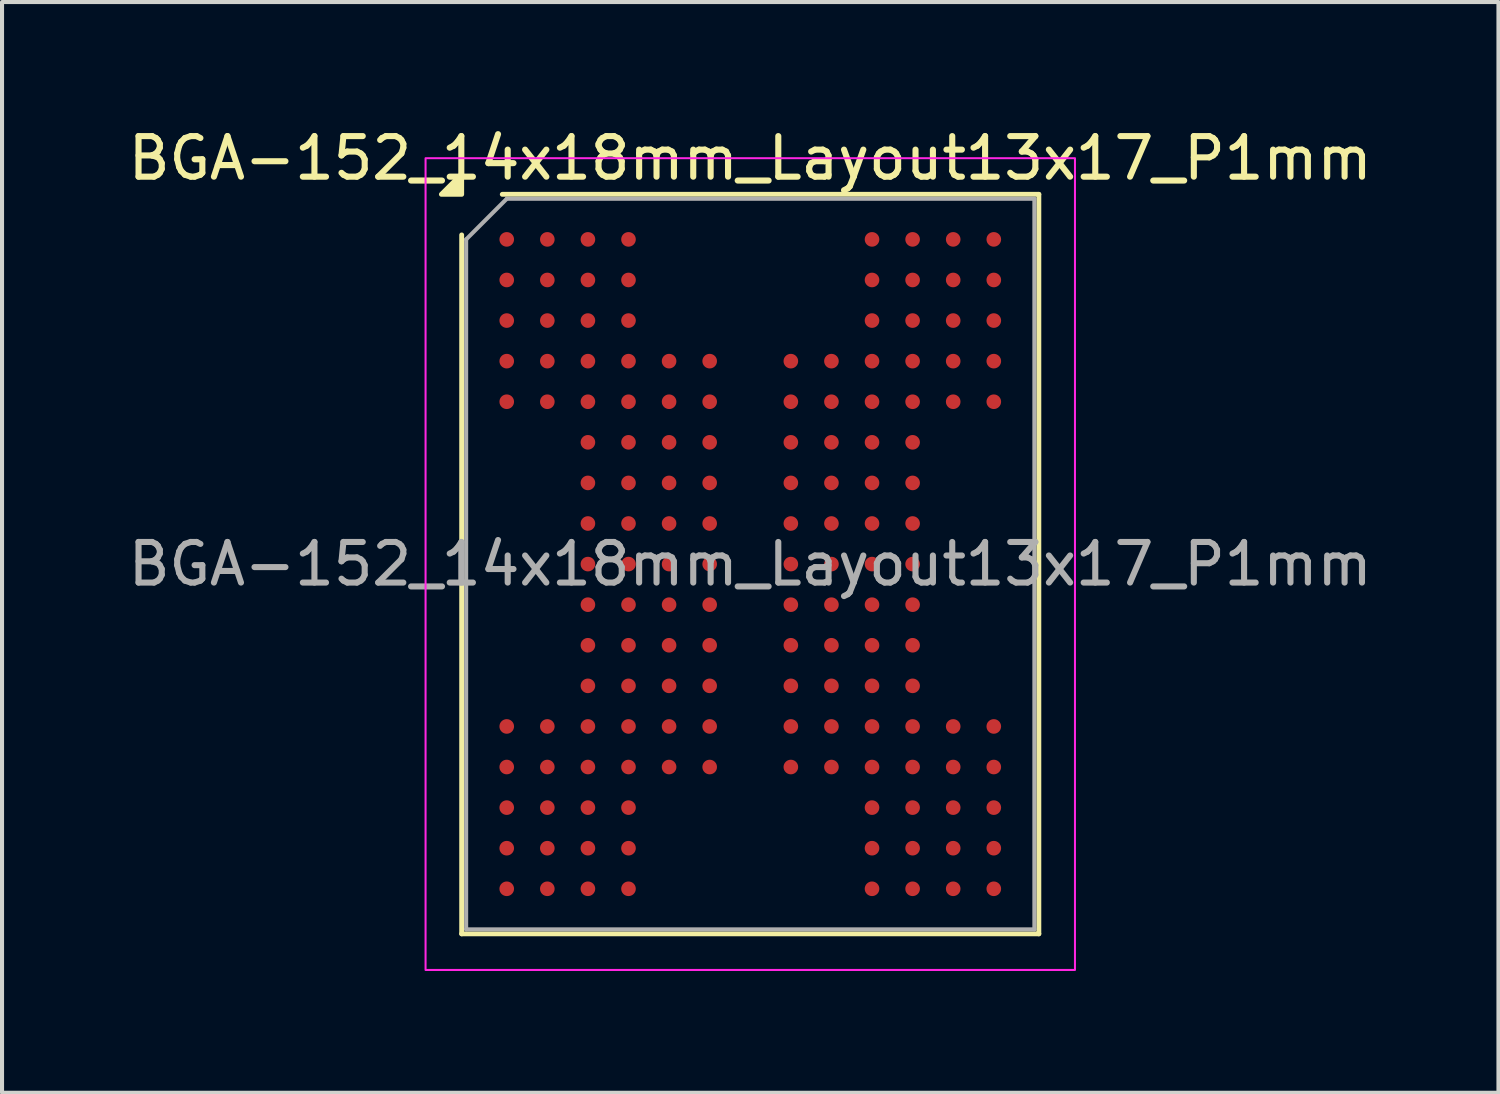
<source format=kicad_pcb>
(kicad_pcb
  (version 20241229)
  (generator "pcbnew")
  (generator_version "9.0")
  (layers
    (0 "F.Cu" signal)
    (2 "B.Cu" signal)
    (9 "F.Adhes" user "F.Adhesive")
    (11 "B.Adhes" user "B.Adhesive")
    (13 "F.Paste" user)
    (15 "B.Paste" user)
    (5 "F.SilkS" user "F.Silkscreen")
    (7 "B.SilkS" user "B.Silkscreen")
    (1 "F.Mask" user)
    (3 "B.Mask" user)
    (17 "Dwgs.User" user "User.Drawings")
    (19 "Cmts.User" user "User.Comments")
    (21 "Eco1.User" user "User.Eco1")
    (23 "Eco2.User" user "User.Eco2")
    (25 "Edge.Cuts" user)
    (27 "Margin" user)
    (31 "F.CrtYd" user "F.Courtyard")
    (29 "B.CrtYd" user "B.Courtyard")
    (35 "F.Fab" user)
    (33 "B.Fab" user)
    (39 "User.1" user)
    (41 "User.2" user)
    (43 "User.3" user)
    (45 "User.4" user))
  (footprint "BGA-152_14x18mm_Layout13x17_P1mm"
    (layer "F.Cu")
    (at 15.435 10.848)
    (property "Reference" "BGA-152_14x18mm_Layout13x17_P1mm" (at 0 -10 0) (layer "F.SilkS") (effects (font (size 1 1) (thickness 0.15))))
    (attr smd)
    (fp_line (start -7.11 9.11) (end -7.11 -8.11) (stroke (width 0.12) (type solid)) (layer "F.SilkS"))
    (fp_line (start -6.11 -9.11) (end 7.11 -9.11) (stroke (width 0.12) (type solid)) (layer "F.SilkS"))
    (fp_line (start 7.11 -9.11) (end 7.11 9.11) (stroke (width 0.12) (type solid)) (layer "F.SilkS"))
    (fp_line (start 7.11 9.11) (end -7.11 9.11) (stroke (width 0.12) (type solid)) (layer "F.SilkS"))
    (fp_poly (pts (xy -7.11 -9.11) (xy -7.61 -9.11) (xy -7.11 -9.61)) (stroke (width 0.12) (type solid)) (fill yes) (layer "F.SilkS"))
    (fp_rect (start -8 -10) (end 8 10) (stroke (width 0.05) (type solid)) (fill no) (layer "F.CrtYd"))
    (fp_line (start -7 -8) (end -6 -9) (stroke (width 0.1) (type solid)) (layer "F.Fab"))
    (fp_line (start -7 9) (end -7 -8) (stroke (width 0.1) (type solid)) (layer "F.Fab"))
    (fp_line (start -6 -9) (end 7 -9) (stroke (width 0.1) (type solid)) (layer "F.Fab"))
    (fp_line (start 7 -9) (end 7 9) (stroke (width 0.1) (type solid)) (layer "F.Fab"))
    (fp_line (start 7 9) (end -7 9) (stroke (width 0.1) (type solid)) (layer "F.Fab"))
    (fp_text user "${REFERENCE}" (at 0 0 0) (layer "F.Fab") (effects (font (size 1 1) (thickness 0.15))))
    (pad "A1" smd circle (at -6 -8) (size 0.36 0.36) (property pad_prop_bga) (layers "F.Cu" "F.Mask" "F.Paste"))
    (pad "A2" smd circle (at -5 -8) (size 0.36 0.36) (property pad_prop_bga) (layers "F.Cu" "F.Mask" "F.Paste"))
    (pad "A3" smd circle (at -4 -8) (size 0.36 0.36) (property pad_prop_bga) (layers "F.Cu" "F.Mask" "F.Paste"))
    (pad "A4" smd circle (at -3 -8) (size 0.36 0.36) (property pad_prop_bga) (layers "F.Cu" "F.Mask" "F.Paste"))
    (pad "A10" smd circle (at 3 -8) (size 0.36 0.36) (property pad_prop_bga) (layers "F.Cu" "F.Mask" "F.Paste"))
    (pad "A11" smd circle (at 4 -8) (size 0.36 0.36) (property pad_prop_bga) (layers "F.Cu" "F.Mask" "F.Paste"))
    (pad "A12" smd circle (at 5 -8) (size 0.36 0.36) (property pad_prop_bga) (layers "F.Cu" "F.Mask" "F.Paste"))
    (pad "A13" smd circle (at 6 -8) (size 0.36 0.36) (property pad_prop_bga) (layers "F.Cu" "F.Mask" "F.Paste"))
    (pad "B1" smd circle (at -6 -7) (size 0.36 0.36) (property pad_prop_bga) (layers "F.Cu" "F.Mask" "F.Paste"))
    (pad "B2" smd circle (at -5 -7) (size 0.36 0.36) (property pad_prop_bga) (layers "F.Cu" "F.Mask" "F.Paste"))
    (pad "B3" smd circle (at -4 -7) (size 0.36 0.36) (property pad_prop_bga) (layers "F.Cu" "F.Mask" "F.Paste"))
    (pad "B4" smd circle (at -3 -7) (size 0.36 0.36) (property pad_prop_bga) (layers "F.Cu" "F.Mask" "F.Paste"))
    (pad "B10" smd circle (at 3 -7) (size 0.36 0.36) (property pad_prop_bga) (layers "F.Cu" "F.Mask" "F.Paste"))
    (pad "B11" smd circle (at 4 -7) (size 0.36 0.36) (property pad_prop_bga) (layers "F.Cu" "F.Mask" "F.Paste"))
    (pad "B12" smd circle (at 5 -7) (size 0.36 0.36) (property pad_prop_bga) (layers "F.Cu" "F.Mask" "F.Paste"))
    (pad "B13" smd circle (at 6 -7) (size 0.36 0.36) (property pad_prop_bga) (layers "F.Cu" "F.Mask" "F.Paste"))
    (pad "C1" smd circle (at -6 -6) (size 0.36 0.36) (property pad_prop_bga) (layers "F.Cu" "F.Mask" "F.Paste"))
    (pad "C2" smd circle (at -5 -6) (size 0.36 0.36) (property pad_prop_bga) (layers "F.Cu" "F.Mask" "F.Paste"))
    (pad "C3" smd circle (at -4 -6) (size 0.36 0.36) (property pad_prop_bga) (layers "F.Cu" "F.Mask" "F.Paste"))
    (pad "C4" smd circle (at -3 -6) (size 0.36 0.36) (property pad_prop_bga) (layers "F.Cu" "F.Mask" "F.Paste"))
    (pad "C10" smd circle (at 3 -6) (size 0.36 0.36) (property pad_prop_bga) (layers "F.Cu" "F.Mask" "F.Paste"))
    (pad "C11" smd circle (at 4 -6) (size 0.36 0.36) (property pad_prop_bga) (layers "F.Cu" "F.Mask" "F.Paste"))
    (pad "C12" smd circle (at 5 -6) (size 0.36 0.36) (property pad_prop_bga) (layers "F.Cu" "F.Mask" "F.Paste"))
    (pad "C13" smd circle (at 6 -6) (size 0.36 0.36) (property pad_prop_bga) (layers "F.Cu" "F.Mask" "F.Paste"))
    (pad "D1" smd circle (at -6 -5) (size 0.36 0.36) (property pad_prop_bga) (layers "F.Cu" "F.Mask" "F.Paste"))
    (pad "D2" smd circle (at -5 -5) (size 0.36 0.36) (property pad_prop_bga) (layers "F.Cu" "F.Mask" "F.Paste"))
    (pad "D3" smd circle (at -4 -5) (size 0.36 0.36) (property pad_prop_bga) (layers "F.Cu" "F.Mask" "F.Paste"))
    (pad "D4" smd circle (at -3 -5) (size 0.36 0.36) (property pad_prop_bga) (layers "F.Cu" "F.Mask" "F.Paste"))
    (pad "D5" smd circle (at -2 -5) (size 0.36 0.36) (property pad_prop_bga) (layers "F.Cu" "F.Mask" "F.Paste"))
    (pad "D6" smd circle (at -1 -5) (size 0.36 0.36) (property pad_prop_bga) (layers "F.Cu" "F.Mask" "F.Paste"))
    (pad "D8" smd circle (at 1 -5) (size 0.36 0.36) (property pad_prop_bga) (layers "F.Cu" "F.Mask" "F.Paste"))
    (pad "D9" smd circle (at 2 -5) (size 0.36 0.36) (property pad_prop_bga) (layers "F.Cu" "F.Mask" "F.Paste"))
    (pad "D10" smd circle (at 3 -5) (size 0.36 0.36) (property pad_prop_bga) (layers "F.Cu" "F.Mask" "F.Paste"))
    (pad "D11" smd circle (at 4 -5) (size 0.36 0.36) (property pad_prop_bga) (layers "F.Cu" "F.Mask" "F.Paste"))
    (pad "D12" smd circle (at 5 -5) (size 0.36 0.36) (property pad_prop_bga) (layers "F.Cu" "F.Mask" "F.Paste"))
    (pad "D13" smd circle (at 6 -5) (size 0.36 0.36) (property pad_prop_bga) (layers "F.Cu" "F.Mask" "F.Paste"))
    (pad "E1" smd circle (at -6 -4) (size 0.36 0.36) (property pad_prop_bga) (layers "F.Cu" "F.Mask" "F.Paste"))
    (pad "E2" smd circle (at -5 -4) (size 0.36 0.36) (property pad_prop_bga) (layers "F.Cu" "F.Mask" "F.Paste"))
    (pad "E3" smd circle (at -4 -4) (size 0.36 0.36) (property pad_prop_bga) (layers "F.Cu" "F.Mask" "F.Paste"))
    (pad "E4" smd circle (at -3 -4) (size 0.36 0.36) (property pad_prop_bga) (layers "F.Cu" "F.Mask" "F.Paste"))
    (pad "E5" smd circle (at -2 -4) (size 0.36 0.36) (property pad_prop_bga) (layers "F.Cu" "F.Mask" "F.Paste"))
    (pad "E6" smd circle (at -1 -4) (size 0.36 0.36) (property pad_prop_bga) (layers "F.Cu" "F.Mask" "F.Paste"))
    (pad "E8" smd circle (at 1 -4) (size 0.36 0.36) (property pad_prop_bga) (layers "F.Cu" "F.Mask" "F.Paste"))
    (pad "E9" smd circle (at 2 -4) (size 0.36 0.36) (property pad_prop_bga) (layers "F.Cu" "F.Mask" "F.Paste"))
    (pad "E10" smd circle (at 3 -4) (size 0.36 0.36) (property pad_prop_bga) (layers "F.Cu" "F.Mask" "F.Paste"))
    (pad "E11" smd circle (at 4 -4) (size 0.36 0.36) (property pad_prop_bga) (layers "F.Cu" "F.Mask" "F.Paste"))
    (pad "E12" smd circle (at 5 -4) (size 0.36 0.36) (property pad_prop_bga) (layers "F.Cu" "F.Mask" "F.Paste"))
    (pad "E13" smd circle (at 6 -4) (size 0.36 0.36) (property pad_prop_bga) (layers "F.Cu" "F.Mask" "F.Paste"))
    (pad "F3" smd circle (at -4 -3) (size 0.36 0.36) (property pad_prop_bga) (layers "F.Cu" "F.Mask" "F.Paste"))
    (pad "F4" smd circle (at -3 -3) (size 0.36 0.36) (property pad_prop_bga) (layers "F.Cu" "F.Mask" "F.Paste"))
    (pad "F5" smd circle (at -2 -3) (size 0.36 0.36) (property pad_prop_bga) (layers "F.Cu" "F.Mask" "F.Paste"))
    (pad "F6" smd circle (at -1 -3) (size 0.36 0.36) (property pad_prop_bga) (layers "F.Cu" "F.Mask" "F.Paste"))
    (pad "F8" smd circle (at 1 -3) (size 0.36 0.36) (property pad_prop_bga) (layers "F.Cu" "F.Mask" "F.Paste"))
    (pad "F9" smd circle (at 2 -3) (size 0.36 0.36) (property pad_prop_bga) (layers "F.Cu" "F.Mask" "F.Paste"))
    (pad "F10" smd circle (at 3 -3) (size 0.36 0.36) (property pad_prop_bga) (layers "F.Cu" "F.Mask" "F.Paste"))
    (pad "F11" smd circle (at 4 -3) (size 0.36 0.36) (property pad_prop_bga) (layers "F.Cu" "F.Mask" "F.Paste"))
    (pad "G3" smd circle (at -4 -2) (size 0.36 0.36) (property pad_prop_bga) (layers "F.Cu" "F.Mask" "F.Paste"))
    (pad "G4" smd circle (at -3 -2) (size 0.36 0.36) (property pad_prop_bga) (layers "F.Cu" "F.Mask" "F.Paste"))
    (pad "G5" smd circle (at -2 -2) (size 0.36 0.36) (property pad_prop_bga) (layers "F.Cu" "F.Mask" "F.Paste"))
    (pad "G6" smd circle (at -1 -2) (size 0.36 0.36) (property pad_prop_bga) (layers "F.Cu" "F.Mask" "F.Paste"))
    (pad "G8" smd circle (at 1 -2) (size 0.36 0.36) (property pad_prop_bga) (layers "F.Cu" "F.Mask" "F.Paste"))
    (pad "G9" smd circle (at 2 -2) (size 0.36 0.36) (property pad_prop_bga) (layers "F.Cu" "F.Mask" "F.Paste"))
    (pad "G10" smd circle (at 3 -2) (size 0.36 0.36) (property pad_prop_bga) (layers "F.Cu" "F.Mask" "F.Paste"))
    (pad "G11" smd circle (at 4 -2) (size 0.36 0.36) (property pad_prop_bga) (layers "F.Cu" "F.Mask" "F.Paste"))
    (pad "H3" smd circle (at -4 -1) (size 0.36 0.36) (property pad_prop_bga) (layers "F.Cu" "F.Mask" "F.Paste"))
    (pad "H4" smd circle (at -3 -1) (size 0.36 0.36) (property pad_prop_bga) (layers "F.Cu" "F.Mask" "F.Paste"))
    (pad "H5" smd circle (at -2 -1) (size 0.36 0.36) (property pad_prop_bga) (layers "F.Cu" "F.Mask" "F.Paste"))
    (pad "H6" smd circle (at -1 -1) (size 0.36 0.36) (property pad_prop_bga) (layers "F.Cu" "F.Mask" "F.Paste"))
    (pad "H8" smd circle (at 1 -1) (size 0.36 0.36) (property pad_prop_bga) (layers "F.Cu" "F.Mask" "F.Paste"))
    (pad "H9" smd circle (at 2 -1) (size 0.36 0.36) (property pad_prop_bga) (layers "F.Cu" "F.Mask" "F.Paste"))
    (pad "H10" smd circle (at 3 -1) (size 0.36 0.36) (property pad_prop_bga) (layers "F.Cu" "F.Mask" "F.Paste"))
    (pad "H11" smd circle (at 4 -1) (size 0.36 0.36) (property pad_prop_bga) (layers "F.Cu" "F.Mask" "F.Paste"))
    (pad "J3" smd circle (at -4 0) (size 0.36 0.36) (property pad_prop_bga) (layers "F.Cu" "F.Mask" "F.Paste"))
    (pad "J4" smd circle (at -3 0) (size 0.36 0.36) (property pad_prop_bga) (layers "F.Cu" "F.Mask" "F.Paste"))
    (pad "J5" smd circle (at -2 0) (size 0.36 0.36) (property pad_prop_bga) (layers "F.Cu" "F.Mask" "F.Paste"))
    (pad "J6" smd circle (at -1 0) (size 0.36 0.36) (property pad_prop_bga) (layers "F.Cu" "F.Mask" "F.Paste"))
    (pad "J8" smd circle (at 1 0) (size 0.36 0.36) (property pad_prop_bga) (layers "F.Cu" "F.Mask" "F.Paste"))
    (pad "J9" smd circle (at 2 0) (size 0.36 0.36) (property pad_prop_bga) (layers "F.Cu" "F.Mask" "F.Paste"))
    (pad "J10" smd circle (at 3 0) (size 0.36 0.36) (property pad_prop_bga) (layers "F.Cu" "F.Mask" "F.Paste"))
    (pad "J11" smd circle (at 4 0) (size 0.36 0.36) (property pad_prop_bga) (layers "F.Cu" "F.Mask" "F.Paste"))
    (pad "K3" smd circle (at -4 1) (size 0.36 0.36) (property pad_prop_bga) (layers "F.Cu" "F.Mask" "F.Paste"))
    (pad "K4" smd circle (at -3 1) (size 0.36 0.36) (property pad_prop_bga) (layers "F.Cu" "F.Mask" "F.Paste"))
    (pad "K5" smd circle (at -2 1) (size 0.36 0.36) (property pad_prop_bga) (layers "F.Cu" "F.Mask" "F.Paste"))
    (pad "K6" smd circle (at -1 1) (size 0.36 0.36) (property pad_prop_bga) (layers "F.Cu" "F.Mask" "F.Paste"))
    (pad "K8" smd circle (at 1 1) (size 0.36 0.36) (property pad_prop_bga) (layers "F.Cu" "F.Mask" "F.Paste"))
    (pad "K9" smd circle (at 2 1) (size 0.36 0.36) (property pad_prop_bga) (layers "F.Cu" "F.Mask" "F.Paste"))
    (pad "K10" smd circle (at 3 1) (size 0.36 0.36) (property pad_prop_bga) (layers "F.Cu" "F.Mask" "F.Paste"))
    (pad "K11" smd circle (at 4 1) (size 0.36 0.36) (property pad_prop_bga) (layers "F.Cu" "F.Mask" "F.Paste"))
    (pad "L3" smd circle (at -4 2) (size 0.36 0.36) (property pad_prop_bga) (layers "F.Cu" "F.Mask" "F.Paste"))
    (pad "L4" smd circle (at -3 2) (size 0.36 0.36) (property pad_prop_bga) (layers "F.Cu" "F.Mask" "F.Paste"))
    (pad "L5" smd circle (at -2 2) (size 0.36 0.36) (property pad_prop_bga) (layers "F.Cu" "F.Mask" "F.Paste"))
    (pad "L6" smd circle (at -1 2) (size 0.36 0.36) (property pad_prop_bga) (layers "F.Cu" "F.Mask" "F.Paste"))
    (pad "L8" smd circle (at 1 2) (size 0.36 0.36) (property pad_prop_bga) (layers "F.Cu" "F.Mask" "F.Paste"))
    (pad "L9" smd circle (at 2 2) (size 0.36 0.36) (property pad_prop_bga) (layers "F.Cu" "F.Mask" "F.Paste"))
    (pad "L10" smd circle (at 3 2) (size 0.36 0.36) (property pad_prop_bga) (layers "F.Cu" "F.Mask" "F.Paste"))
    (pad "L11" smd circle (at 4 2) (size 0.36 0.36) (property pad_prop_bga) (layers "F.Cu" "F.Mask" "F.Paste"))
    (pad "M3" smd circle (at -4 3) (size 0.36 0.36) (property pad_prop_bga) (layers "F.Cu" "F.Mask" "F.Paste"))
    (pad "M4" smd circle (at -3 3) (size 0.36 0.36) (property pad_prop_bga) (layers "F.Cu" "F.Mask" "F.Paste"))
    (pad "M5" smd circle (at -2 3) (size 0.36 0.36) (property pad_prop_bga) (layers "F.Cu" "F.Mask" "F.Paste"))
    (pad "M6" smd circle (at -1 3) (size 0.36 0.36) (property pad_prop_bga) (layers "F.Cu" "F.Mask" "F.Paste"))
    (pad "M8" smd circle (at 1 3) (size 0.36 0.36) (property pad_prop_bga) (layers "F.Cu" "F.Mask" "F.Paste"))
    (pad "M9" smd circle (at 2 3) (size 0.36 0.36) (property pad_prop_bga) (layers "F.Cu" "F.Mask" "F.Paste"))
    (pad "M10" smd circle (at 3 3) (size 0.36 0.36) (property pad_prop_bga) (layers "F.Cu" "F.Mask" "F.Paste"))
    (pad "M11" smd circle (at 4 3) (size 0.36 0.36) (property pad_prop_bga) (layers "F.Cu" "F.Mask" "F.Paste"))
    (pad "N1" smd circle (at -6 4) (size 0.36 0.36) (property pad_prop_bga) (layers "F.Cu" "F.Mask" "F.Paste"))
    (pad "N2" smd circle (at -5 4) (size 0.36 0.36) (property pad_prop_bga) (layers "F.Cu" "F.Mask" "F.Paste"))
    (pad "N3" smd circle (at -4 4) (size 0.36 0.36) (property pad_prop_bga) (layers "F.Cu" "F.Mask" "F.Paste"))
    (pad "N4" smd circle (at -3 4) (size 0.36 0.36) (property pad_prop_bga) (layers "F.Cu" "F.Mask" "F.Paste"))
    (pad "N5" smd circle (at -2 4) (size 0.36 0.36) (property pad_prop_bga) (layers "F.Cu" "F.Mask" "F.Paste"))
    (pad "N6" smd circle (at -1 4) (size 0.36 0.36) (property pad_prop_bga) (layers "F.Cu" "F.Mask" "F.Paste"))
    (pad "N8" smd circle (at 1 4) (size 0.36 0.36) (property pad_prop_bga) (layers "F.Cu" "F.Mask" "F.Paste"))
    (pad "N9" smd circle (at 2 4) (size 0.36 0.36) (property pad_prop_bga) (layers "F.Cu" "F.Mask" "F.Paste"))
    (pad "N10" smd circle (at 3 4) (size 0.36 0.36) (property pad_prop_bga) (layers "F.Cu" "F.Mask" "F.Paste"))
    (pad "N11" smd circle (at 4 4) (size 0.36 0.36) (property pad_prop_bga) (layers "F.Cu" "F.Mask" "F.Paste"))
    (pad "N12" smd circle (at 5 4) (size 0.36 0.36) (property pad_prop_bga) (layers "F.Cu" "F.Mask" "F.Paste"))
    (pad "N13" smd circle (at 6 4) (size 0.36 0.36) (property pad_prop_bga) (layers "F.Cu" "F.Mask" "F.Paste"))
    (pad "P1" smd circle (at -6 5) (size 0.36 0.36) (property pad_prop_bga) (layers "F.Cu" "F.Mask" "F.Paste"))
    (pad "P2" smd circle (at -5 5) (size 0.36 0.36) (property pad_prop_bga) (layers "F.Cu" "F.Mask" "F.Paste"))
    (pad "P3" smd circle (at -4 5) (size 0.36 0.36) (property pad_prop_bga) (layers "F.Cu" "F.Mask" "F.Paste"))
    (pad "P4" smd circle (at -3 5) (size 0.36 0.36) (property pad_prop_bga) (layers "F.Cu" "F.Mask" "F.Paste"))
    (pad "P5" smd circle (at -2 5) (size 0.36 0.36) (property pad_prop_bga) (layers "F.Cu" "F.Mask" "F.Paste"))
    (pad "P6" smd circle (at -1 5) (size 0.36 0.36) (property pad_prop_bga) (layers "F.Cu" "F.Mask" "F.Paste"))
    (pad "P8" smd circle (at 1 5) (size 0.36 0.36) (property pad_prop_bga) (layers "F.Cu" "F.Mask" "F.Paste"))
    (pad "P9" smd circle (at 2 5) (size 0.36 0.36) (property pad_prop_bga) (layers "F.Cu" "F.Mask" "F.Paste"))
    (pad "P10" smd circle (at 3 5) (size 0.36 0.36) (property pad_prop_bga) (layers "F.Cu" "F.Mask" "F.Paste"))
    (pad "P11" smd circle (at 4 5) (size 0.36 0.36) (property pad_prop_bga) (layers "F.Cu" "F.Mask" "F.Paste"))
    (pad "P12" smd circle (at 5 5) (size 0.36 0.36) (property pad_prop_bga) (layers "F.Cu" "F.Mask" "F.Paste"))
    (pad "P13" smd circle (at 6 5) (size 0.36 0.36) (property pad_prop_bga) (layers "F.Cu" "F.Mask" "F.Paste"))
    (pad "R1" smd circle (at -6 6) (size 0.36 0.36) (property pad_prop_bga) (layers "F.Cu" "F.Mask" "F.Paste"))
    (pad "R2" smd circle (at -5 6) (size 0.36 0.36) (property pad_prop_bga) (layers "F.Cu" "F.Mask" "F.Paste"))
    (pad "R3" smd circle (at -4 6) (size 0.36 0.36) (property pad_prop_bga) (layers "F.Cu" "F.Mask" "F.Paste"))
    (pad "R4" smd circle (at -3 6) (size 0.36 0.36) (property pad_prop_bga) (layers "F.Cu" "F.Mask" "F.Paste"))
    (pad "R10" smd circle (at 3 6) (size 0.36 0.36) (property pad_prop_bga) (layers "F.Cu" "F.Mask" "F.Paste"))
    (pad "R11" smd circle (at 4 6) (size 0.36 0.36) (property pad_prop_bga) (layers "F.Cu" "F.Mask" "F.Paste"))
    (pad "R12" smd circle (at 5 6) (size 0.36 0.36) (property pad_prop_bga) (layers "F.Cu" "F.Mask" "F.Paste"))
    (pad "R13" smd circle (at 6 6) (size 0.36 0.36) (property pad_prop_bga) (layers "F.Cu" "F.Mask" "F.Paste"))
    (pad "T1" smd circle (at -6 7) (size 0.36 0.36) (property pad_prop_bga) (layers "F.Cu" "F.Mask" "F.Paste"))
    (pad "T2" smd circle (at -5 7) (size 0.36 0.36) (property pad_prop_bga) (layers "F.Cu" "F.Mask" "F.Paste"))
    (pad "T3" smd circle (at -4 7) (size 0.36 0.36) (property pad_prop_bga) (layers "F.Cu" "F.Mask" "F.Paste"))
    (pad "T4" smd circle (at -3 7) (size 0.36 0.36) (property pad_prop_bga) (layers "F.Cu" "F.Mask" "F.Paste"))
    (pad "T10" smd circle (at 3 7) (size 0.36 0.36) (property pad_prop_bga) (layers "F.Cu" "F.Mask" "F.Paste"))
    (pad "T11" smd circle (at 4 7) (size 0.36 0.36) (property pad_prop_bga) (layers "F.Cu" "F.Mask" "F.Paste"))
    (pad "T12" smd circle (at 5 7) (size 0.36 0.36) (property pad_prop_bga) (layers "F.Cu" "F.Mask" "F.Paste"))
    (pad "T13" smd circle (at 6 7) (size 0.36 0.36) (property pad_prop_bga) (layers "F.Cu" "F.Mask" "F.Paste"))
    (pad "U1" smd circle (at -6 8) (size 0.36 0.36) (property pad_prop_bga) (layers "F.Cu" "F.Mask" "F.Paste"))
    (pad "U2" smd circle (at -5 8) (size 0.36 0.36) (property pad_prop_bga) (layers "F.Cu" "F.Mask" "F.Paste"))
    (pad "U3" smd circle (at -4 8) (size 0.36 0.36) (property pad_prop_bga) (layers "F.Cu" "F.Mask" "F.Paste"))
    (pad "U4" smd circle (at -3 8) (size 0.36 0.36) (property pad_prop_bga) (layers "F.Cu" "F.Mask" "F.Paste"))
    (pad "U10" smd circle (at 3 8) (size 0.36 0.36) (property pad_prop_bga) (layers "F.Cu" "F.Mask" "F.Paste"))
    (pad "U11" smd circle (at 4 8) (size 0.36 0.36) (property pad_prop_bga) (layers "F.Cu" "F.Mask" "F.Paste"))
    (pad "U12" smd circle (at 5 8) (size 0.36 0.36) (property pad_prop_bga) (layers "F.Cu" "F.Mask" "F.Paste"))
    (pad "U13" smd circle (at 6 8) (size 0.36 0.36) (property pad_prop_bga) (layers "F.Cu" "F.Mask" "F.Paste")))
  (gr_rect
    (start -3 -3)
    (end 33.869 23.873)
    (stroke (width 0.1) (type default))
    (fill no)
    (layer "Edge.Cuts")))
</source>
